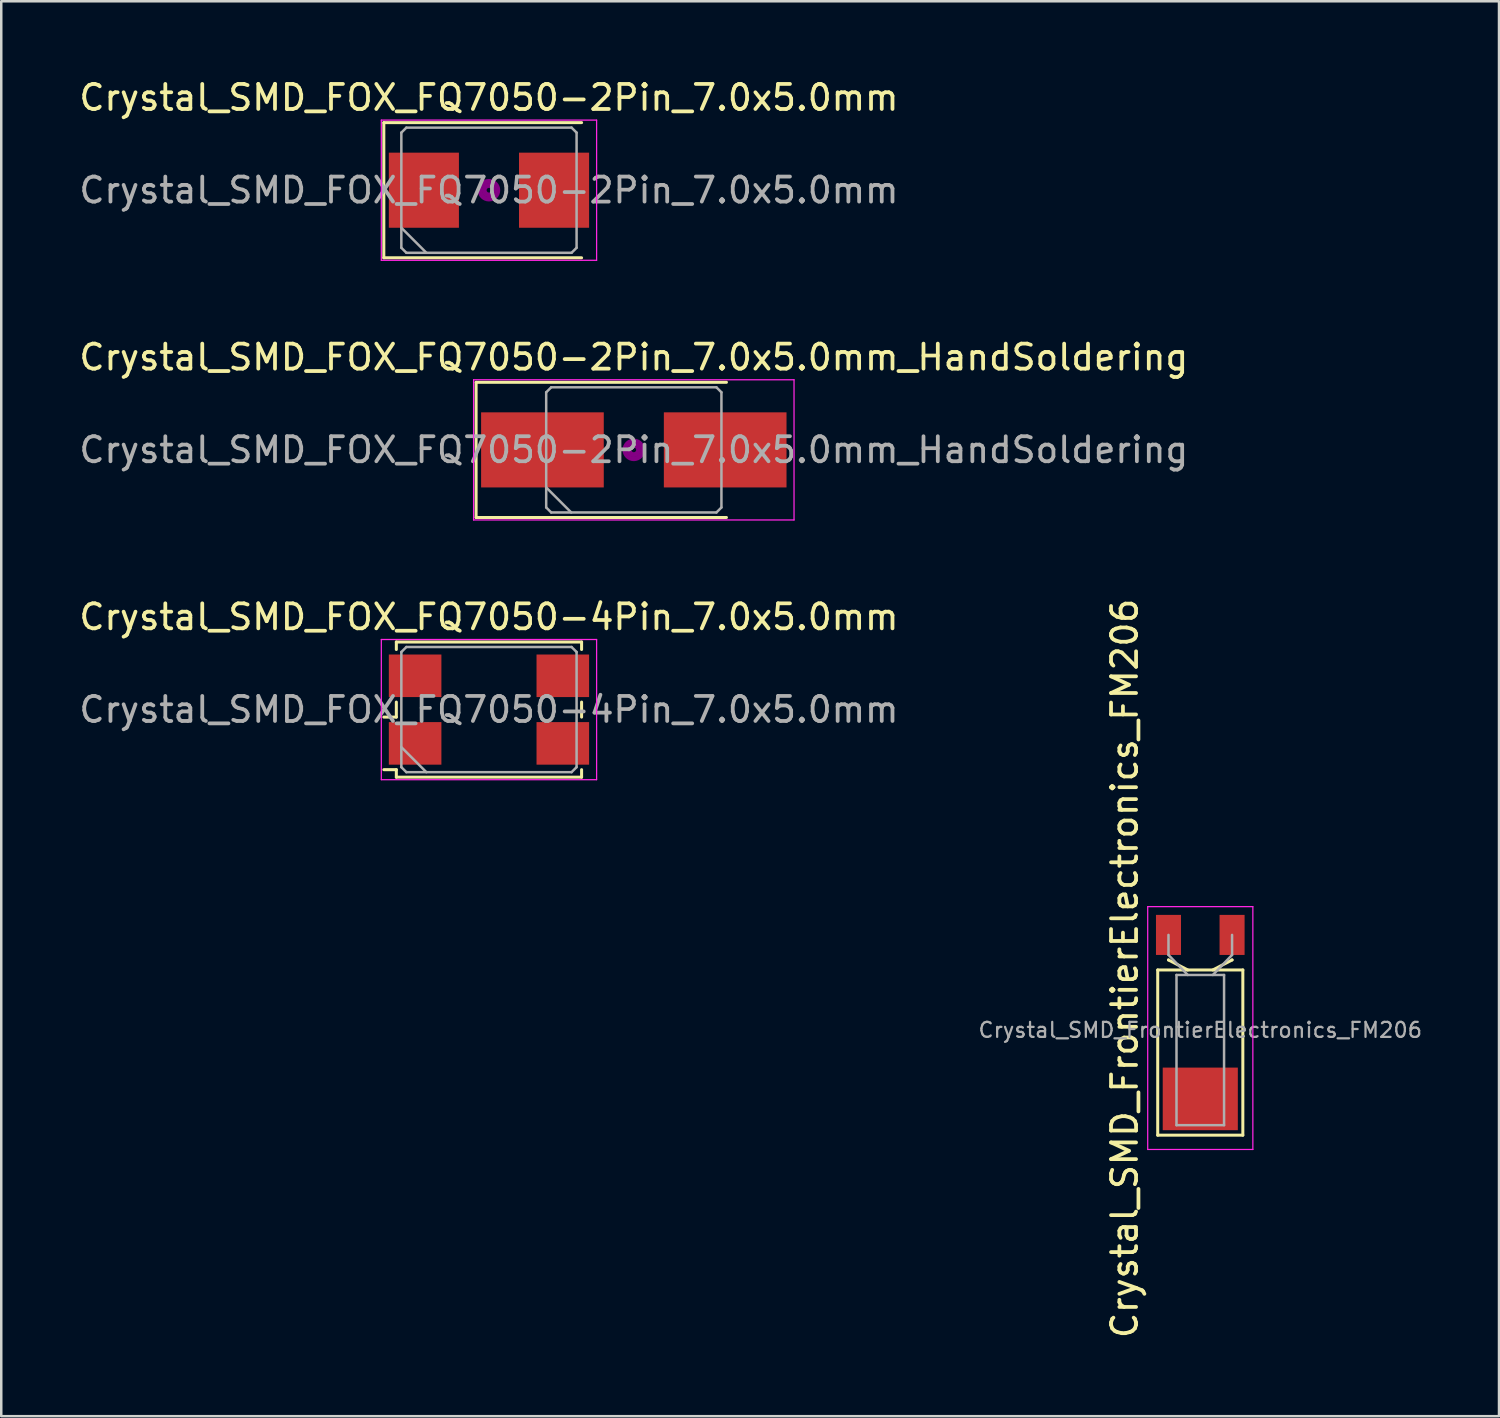
<source format=kicad_pcb>
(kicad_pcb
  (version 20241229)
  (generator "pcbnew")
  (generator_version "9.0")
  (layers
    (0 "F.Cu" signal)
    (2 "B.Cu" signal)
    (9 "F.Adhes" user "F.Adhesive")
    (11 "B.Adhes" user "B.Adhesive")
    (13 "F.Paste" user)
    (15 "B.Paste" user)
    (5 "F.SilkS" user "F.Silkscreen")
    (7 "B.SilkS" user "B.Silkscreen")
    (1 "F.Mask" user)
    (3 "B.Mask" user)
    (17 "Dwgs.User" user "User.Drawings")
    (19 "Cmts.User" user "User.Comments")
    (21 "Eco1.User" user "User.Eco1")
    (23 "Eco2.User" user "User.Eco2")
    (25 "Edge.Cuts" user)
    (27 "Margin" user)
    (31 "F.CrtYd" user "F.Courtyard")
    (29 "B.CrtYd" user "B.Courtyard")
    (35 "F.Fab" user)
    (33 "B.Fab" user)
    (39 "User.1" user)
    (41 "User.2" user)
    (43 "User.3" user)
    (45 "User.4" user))
  (footprint "Crystal_SMD_FOX_FQ7050-4Pin_7.0x5.0mm"
    (layer "F.Cu")
    (at 16.482 25.295)
    (property "Reference" "Crystal_SMD_FOX_FQ7050-4Pin_7.0x5.0mm" (at 0 -3.7 0) (layer "F.SilkS") (effects (font (size 1 1) (thickness 0.15))))
    (attr smd)
    (fp_line (start -4.2 0.3) (end -3.7 0.3) (stroke (width 0.12) (type solid)) (layer "F.SilkS"))
    (fp_line (start -4.2 2.4) (end -3.7 2.4) (stroke (width 0.12) (type solid)) (layer "F.SilkS"))
    (fp_line (start -3.7 -2.7) (end 3.7 -2.7) (stroke (width 0.12) (type solid)) (layer "F.SilkS"))
    (fp_line (start -3.7 -2.4) (end -3.7 -2.7) (stroke (width 0.12) (type solid)) (layer "F.SilkS"))
    (fp_line (start -3.7 0.3) (end -3.7 -0.3) (stroke (width 0.12) (type solid)) (layer "F.SilkS"))
    (fp_line (start -3.7 2.4) (end -3.7 2.7) (stroke (width 0.12) (type solid)) (layer "F.SilkS"))
    (fp_line (start -3.7 2.7) (end 3.7 2.7) (stroke (width 0.12) (type solid)) (layer "F.SilkS"))
    (fp_line (start 3.7 -2.7) (end 3.7 -2.4) (stroke (width 0.12) (type solid)) (layer "F.SilkS"))
    (fp_line (start 3.7 -0.3) (end 3.7 0.3) (stroke (width 0.12) (type solid)) (layer "F.SilkS"))
    (fp_line (start 3.7 2.7) (end 3.7 2.4) (stroke (width 0.12) (type solid)) (layer "F.SilkS"))
    (fp_line (start -4.3 -2.8) (end -4.3 2.8) (stroke (width 0.05) (type solid)) (layer "F.CrtYd"))
    (fp_line (start -4.3 2.8) (end 4.3 2.8) (stroke (width 0.05) (type solid)) (layer "F.CrtYd"))
    (fp_line (start 4.3 -2.8) (end -4.3 -2.8) (stroke (width 0.05) (type solid)) (layer "F.CrtYd"))
    (fp_line (start 4.3 2.8) (end 4.3 -2.8) (stroke (width 0.05) (type solid)) (layer "F.CrtYd"))
    (fp_line (start -3.5 -2.3) (end -3.3 -2.5) (stroke (width 0.1) (type solid)) (layer "F.Fab"))
    (fp_line (start -3.5 1.5) (end -2.5 2.5) (stroke (width 0.1) (type solid)) (layer "F.Fab"))
    (fp_line (start -3.5 2.3) (end -3.5 -2.3) (stroke (width 0.1) (type solid)) (layer "F.Fab"))
    (fp_line (start -3.3 -2.5) (end 3.3 -2.5) (stroke (width 0.1) (type solid)) (layer "F.Fab"))
    (fp_line (start -3.3 2.5) (end -3.5 2.3) (stroke (width 0.1) (type solid)) (layer "F.Fab"))
    (fp_line (start 3.3 -2.5) (end 3.5 -2.3) (stroke (width 0.1) (type solid)) (layer "F.Fab"))
    (fp_line (start 3.3 2.5) (end -3.3 2.5) (stroke (width 0.1) (type solid)) (layer "F.Fab"))
    (fp_line (start 3.5 -2.3) (end 3.5 2.3) (stroke (width 0.1) (type solid)) (layer "F.Fab"))
    (fp_line (start 3.5 2.3) (end 3.3 2.5) (stroke (width 0.1) (type solid)) (layer "F.Fab"))
    (fp_text user "${REFERENCE}" (at 0 0 0) (layer "F.Fab") (effects (font (size 1 1) (thickness 0.15))))
    (pad "1" smd rect (at -2.95 1.35) (size 2.1 1.7) (layers "F.Cu" "F.Mask" "F.Paste"))
    (pad "2" smd rect (at 2.95 1.35) (size 2.1 1.7) (layers "F.Cu" "F.Mask" "F.Paste"))
    (pad "3" smd rect (at 2.95 -1.35) (size 2.1 1.7) (layers "F.Cu" "F.Mask" "F.Paste"))
    (pad "4" smd rect (at -2.95 -1.35) (size 2.1 1.7) (layers "F.Cu" "F.Mask" "F.Paste")))
  (footprint "Crystal_SMD_FOX_FQ7050-2Pin_7.0x5.0mm_HandSoldering"
    (layer "F.Cu")
    (at 22.268 14.921)
    (property "Reference" "Crystal_SMD_FOX_FQ7050-2Pin_7.0x5.0mm_HandSoldering" (at 0 -3.7 0) (layer "F.SilkS") (effects (font (size 1 1) (thickness 0.15))))
    (attr smd)
    (fp_line (start -6.3 -2.7) (end -6.3 2.7) (stroke (width 0.12) (type solid)) (layer "F.SilkS"))
    (fp_line (start -6.3 2.7) (end 3.7 2.7) (stroke (width 0.12) (type solid)) (layer "F.SilkS"))
    (fp_line (start 3.7 -2.7) (end -6.3 -2.7) (stroke (width 0.12) (type solid)) (layer "F.SilkS"))
    (fp_circle (center 0 0) (end 0.093 0) (stroke (width 0.187) (type solid)) (fill no) (layer "F.Adhes"))
    (fp_circle (center 0 0) (end 0.213 0) (stroke (width 0.133) (type solid)) (fill no) (layer "F.Adhes"))
    (fp_circle (center 0 0) (end 0.333 0) (stroke (width 0.133) (type solid)) (fill no) (layer "F.Adhes"))
    (fp_circle (center 0 0) (end 0.4 0) (stroke (width 0.1) (type solid)) (fill no) (layer "F.Adhes"))
    (fp_line (start -6.4 -2.8) (end -6.4 2.8) (stroke (width 0.05) (type solid)) (layer "F.CrtYd"))
    (fp_line (start -6.4 2.8) (end 6.4 2.8) (stroke (width 0.05) (type solid)) (layer "F.CrtYd"))
    (fp_line (start 6.4 -2.8) (end -6.4 -2.8) (stroke (width 0.05) (type solid)) (layer "F.CrtYd"))
    (fp_line (start 6.4 2.8) (end 6.4 -2.8) (stroke (width 0.05) (type solid)) (layer "F.CrtYd"))
    (fp_line (start -3.5 -2.3) (end -3.3 -2.5) (stroke (width 0.1) (type solid)) (layer "F.Fab"))
    (fp_line (start -3.5 1.5) (end -2.5 2.5) (stroke (width 0.1) (type solid)) (layer "F.Fab"))
    (fp_line (start -3.5 2.3) (end -3.5 -2.3) (stroke (width 0.1) (type solid)) (layer "F.Fab"))
    (fp_line (start -3.3 -2.5) (end 3.3 -2.5) (stroke (width 0.1) (type solid)) (layer "F.Fab"))
    (fp_line (start -3.3 2.5) (end -3.5 2.3) (stroke (width 0.1) (type solid)) (layer "F.Fab"))
    (fp_line (start 3.3 -2.5) (end 3.5 -2.3) (stroke (width 0.1) (type solid)) (layer "F.Fab"))
    (fp_line (start 3.3 2.5) (end -3.3 2.5) (stroke (width 0.1) (type solid)) (layer "F.Fab"))
    (fp_line (start 3.5 -2.3) (end 3.5 2.3) (stroke (width 0.1) (type solid)) (layer "F.Fab"))
    (fp_line (start 3.5 2.3) (end 3.3 2.5) (stroke (width 0.1) (type solid)) (layer "F.Fab"))
    (fp_text user "${REFERENCE}" (at 0 0 0) (layer "F.Fab") (effects (font (size 1 1) (thickness 0.15))))
    (pad "1" smd rect (at -3.65 0) (size 4.9 3) (layers "F.Cu" "F.Mask" "F.Paste"))
    (pad "2" smd rect (at 3.65 0) (size 4.9 3) (layers "F.Cu" "F.Mask" "F.Paste")))
  (footprint "Crystal_SMD_FOX_FQ7050-2Pin_7.0x5.0mm"
    (layer "F.Cu")
    (at 16.482 4.548)
    (property "Reference" "Crystal_SMD_FOX_FQ7050-2Pin_7.0x5.0mm" (at 0 -3.7 0) (layer "F.SilkS") (effects (font (size 1 1) (thickness 0.15))))
    (attr smd)
    (fp_line (start -4.2 -2.7) (end -4.2 2.7) (stroke (width 0.12) (type solid)) (layer "F.SilkS"))
    (fp_line (start -4.2 2.7) (end 3.7 2.7) (stroke (width 0.12) (type solid)) (layer "F.SilkS"))
    (fp_line (start 3.7 -2.7) (end -4.2 -2.7) (stroke (width 0.12) (type solid)) (layer "F.SilkS"))
    (fp_circle (center 0 0) (end 0.093 0) (stroke (width 0.187) (type solid)) (fill no) (layer "F.Adhes"))
    (fp_circle (center 0 0) (end 0.213 0) (stroke (width 0.133) (type solid)) (fill no) (layer "F.Adhes"))
    (fp_circle (center 0 0) (end 0.333 0) (stroke (width 0.133) (type solid)) (fill no) (layer "F.Adhes"))
    (fp_circle (center 0 0) (end 0.4 0) (stroke (width 0.1) (type solid)) (fill no) (layer "F.Adhes"))
    (fp_line (start -4.3 -2.8) (end -4.3 2.8) (stroke (width 0.05) (type solid)) (layer "F.CrtYd"))
    (fp_line (start -4.3 2.8) (end 4.3 2.8) (stroke (width 0.05) (type solid)) (layer "F.CrtYd"))
    (fp_line (start 4.3 -2.8) (end -4.3 -2.8) (stroke (width 0.05) (type solid)) (layer "F.CrtYd"))
    (fp_line (start 4.3 2.8) (end 4.3 -2.8) (stroke (width 0.05) (type solid)) (layer "F.CrtYd"))
    (fp_line (start -3.5 -2.3) (end -3.3 -2.5) (stroke (width 0.1) (type solid)) (layer "F.Fab"))
    (fp_line (start -3.5 1.5) (end -2.5 2.5) (stroke (width 0.1) (type solid)) (layer "F.Fab"))
    (fp_line (start -3.5 2.3) (end -3.5 -2.3) (stroke (width 0.1) (type solid)) (layer "F.Fab"))
    (fp_line (start -3.3 -2.5) (end 3.3 -2.5) (stroke (width 0.1) (type solid)) (layer "F.Fab"))
    (fp_line (start -3.3 2.5) (end -3.5 2.3) (stroke (width 0.1) (type solid)) (layer "F.Fab"))
    (fp_line (start 3.3 -2.5) (end 3.5 -2.3) (stroke (width 0.1) (type solid)) (layer "F.Fab"))
    (fp_line (start 3.3 2.5) (end -3.3 2.5) (stroke (width 0.1) (type solid)) (layer "F.Fab"))
    (fp_line (start 3.5 -2.3) (end 3.5 2.3) (stroke (width 0.1) (type solid)) (layer "F.Fab"))
    (fp_line (start 3.5 2.3) (end 3.3 2.5) (stroke (width 0.1) (type solid)) (layer "F.Fab"))
    (fp_text user "${REFERENCE}" (at 0 0 0) (layer "F.Fab") (effects (font (size 1 1) (thickness 0.15))))
    (pad "1" smd rect (at -2.6 0) (size 2.8 3) (layers "F.Cu" "F.Mask" "F.Paste"))
    (pad "2" smd rect (at 2.6 0) (size 2.8 3) (layers "F.Cu" "F.Mask" "F.Paste")))
  (footprint "Crystal_SMD_FrontierElectronics_FM206"
    (layer "F.Cu")
    (at 44.896 37.796)
    (property "Reference" "Crystal_SMD_FrontierElectronics_FM206" (at -3.02 -2.163 90) (layer "F.SilkS") (effects (font (size 1 1) (thickness 0.15))))
    (attr smd)
    (fp_line (start -1.7 -2.1) (end -1.7 4.5) (stroke (width 0.12) (type solid)) (layer "F.SilkS"))
    (fp_line (start -1.7 4.5) (end 1.7 4.5) (stroke (width 0.12) (type solid)) (layer "F.SilkS"))
    (fp_line (start -1.27 -2.5) (end -1.27 -2.5) (stroke (width 0.12) (type solid)) (layer "F.SilkS"))
    (fp_line (start -0.5 -2.1) (end -1.27 -2.5) (stroke (width 0.12) (type solid)) (layer "F.SilkS"))
    (fp_line (start 0.5 -2.1) (end 1.27 -2.5) (stroke (width 0.12) (type solid)) (layer "F.SilkS"))
    (fp_line (start 1.27 -2.5) (end 1.27 -2.5) (stroke (width 0.12) (type solid)) (layer "F.SilkS"))
    (fp_line (start 1.7 -2.1) (end -1.7 -2.1) (stroke (width 0.12) (type solid)) (layer "F.SilkS"))
    (fp_line (start 1.7 4.5) (end 1.7 -2.1) (stroke (width 0.12) (type solid)) (layer "F.SilkS"))
    (fp_line (start -2.1 -4.63) (end -2.1 5.07) (stroke (width 0.05) (type solid)) (layer "F.CrtYd"))
    (fp_line (start -2.1 5.07) (end 2.1 5.07) (stroke (width 0.05) (type solid)) (layer "F.CrtYd"))
    (fp_line (start 2.1 -4.63) (end -2.1 -4.63) (stroke (width 0.05) (type solid)) (layer "F.CrtYd"))
    (fp_line (start 2.1 5.07) (end 2.1 -4.63) (stroke (width 0.05) (type solid)) (layer "F.CrtYd"))
    (fp_line (start -1.27 -2.7) (end -1.27 -3.5) (stroke (width 0.1) (type solid)) (layer "F.Fab"))
    (fp_line (start -0.95 -1.9) (end -0.95 4.1) (stroke (width 0.1) (type solid)) (layer "F.Fab"))
    (fp_line (start -0.95 4.1) (end 0.95 4.1) (stroke (width 0.1) (type solid)) (layer "F.Fab"))
    (fp_line (start -0.5 -1.9) (end -1.27 -2.7) (stroke (width 0.1) (type solid)) (layer "F.Fab"))
    (fp_line (start 0.5 -1.9) (end 1.27 -2.7) (stroke (width 0.1) (type solid)) (layer "F.Fab"))
    (fp_line (start 0.95 -1.9) (end -0.95 -1.9) (stroke (width 0.1) (type solid)) (layer "F.Fab"))
    (fp_line (start 0.95 4.1) (end 0.95 -1.9) (stroke (width 0.1) (type solid)) (layer "F.Fab"))
    (fp_line (start 1.27 -2.7) (end 1.27 -3.5) (stroke (width 0.1) (type solid)) (layer "F.Fab"))
    (fp_text user "${REFERENCE}" (at 0 0.3 0) (layer "F.Fab") (effects (font (size 0.6 0.6) (thickness 0.09))))
    (pad "1" smd rect (at -1.27 -3.5) (size 1 1.6) (layers "F.Cu" "F.Mask" "F.Paste"))
    (pad "2" smd rect (at 1.27 -3.5) (size 1 1.6) (layers "F.Cu" "F.Mask" "F.Paste"))
    (pad "3" smd rect (at 0 3.05) (size 3 2.5) (layers "F.Cu" "F.Mask" "F.Paste")))
  (gr_rect
    (start -3 -3)
    (end 56.829 53.52)
    (stroke (width 0.1) (type default))
    (fill no)
    (layer "Edge.Cuts")))
</source>
